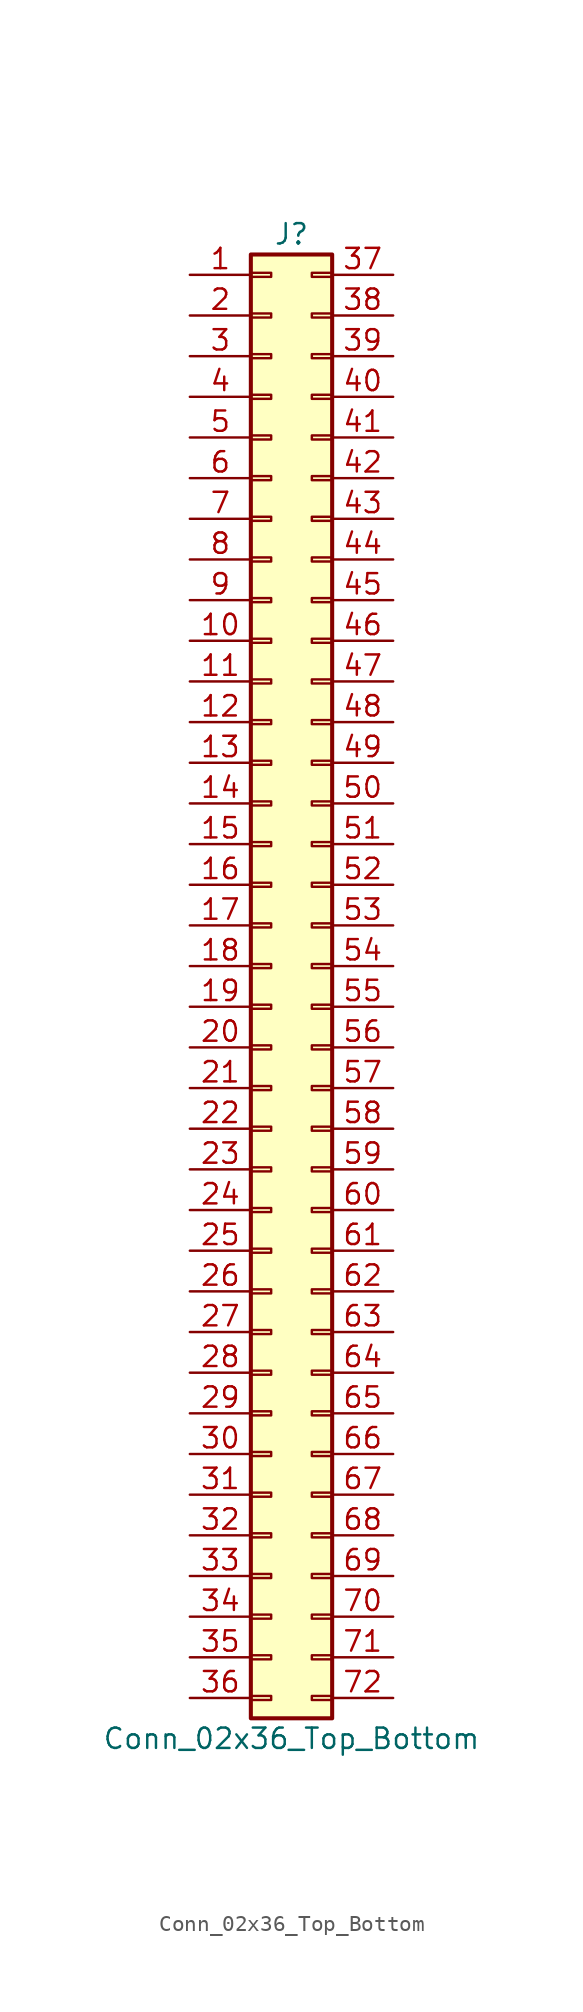
<source format=kicad_sym>
(kicad_symbol_lib
  (version 20220914)
  (generator kicad_symbol_editor)
  (symbol "Conn_02x36_Top_Bottom"
    (pin_names
      (offset 1.016) hide)
    (property "Reference" "J"
      (at 1.27 45.72 0)
      (effects (font (size 1.27 1.27))))
    (property "Value" "Conn_02x36_Top_Bottom"
      (at 1.27 -48.26 0)
      (effects (font (size 1.27 1.27))))
    (symbol "Conn_02x36_Top_Bottom_1_1"
      (rectangle (start -1.27 -45.593) (end 0 -45.847) (stroke (width 0.152) (type default)) (fill (type none)))
      (rectangle (start -1.27 -43.053) (end 0 -43.307) (stroke (width 0.152) (type default)) (fill (type none)))
      (rectangle (start -1.27 -40.513) (end 0 -40.767) (stroke (width 0.152) (type default)) (fill (type none)))
      (rectangle (start -1.27 -37.973) (end 0 -38.227) (stroke (width 0.152) (type default)) (fill (type none)))
      (rectangle (start -1.27 -35.433) (end 0 -35.687) (stroke (width 0.152) (type default)) (fill (type none)))
      (rectangle (start -1.27 -32.893) (end 0 -33.147) (stroke (width 0.152) (type default)) (fill (type none)))
      (rectangle (start -1.27 -30.353) (end 0 -30.607) (stroke (width 0.152) (type default)) (fill (type none)))
      (rectangle (start -1.27 -27.813) (end 0 -28.067) (stroke (width 0.152) (type default)) (fill (type none)))
      (rectangle (start -1.27 -25.273) (end 0 -25.527) (stroke (width 0.152) (type default)) (fill (type none)))
      (rectangle (start -1.27 -22.733) (end 0 -22.987) (stroke (width 0.152) (type default)) (fill (type none)))
      (rectangle (start -1.27 -20.193) (end 0 -20.447) (stroke (width 0.152) (type default)) (fill (type none)))
      (rectangle (start -1.27 -17.653) (end 0 -17.907) (stroke (width 0.152) (type default)) (fill (type none)))
      (rectangle (start -1.27 -15.113) (end 0 -15.367) (stroke (width 0.152) (type default)) (fill (type none)))
      (rectangle (start -1.27 -12.573) (end 0 -12.827) (stroke (width 0.152) (type default)) (fill (type none)))
      (rectangle (start -1.27 -10.033) (end 0 -10.287) (stroke (width 0.152) (type default)) (fill (type none)))
      (rectangle (start -1.27 -7.493) (end 0 -7.747) (stroke (width 0.152) (type default)) (fill (type none)))
      (rectangle (start -1.27 -4.953) (end 0 -5.207) (stroke (width 0.152) (type default)) (fill (type none)))
      (rectangle (start -1.27 -2.413) (end 0 -2.667) (stroke (width 0.152) (type default)) (fill (type none)))
      (rectangle (start -1.27 0.127) (end 0 -0.127) (stroke (width 0.152) (type default)) (fill (type none)))
      (rectangle (start -1.27 2.667) (end 0 2.413) (stroke (width 0.152) (type default)) (fill (type none)))
      (rectangle (start -1.27 5.207) (end 0 4.953) (stroke (width 0.152) (type default)) (fill (type none)))
      (rectangle (start -1.27 7.747) (end 0 7.493) (stroke (width 0.152) (type default)) (fill (type none)))
      (rectangle (start -1.27 10.287) (end 0 10.033) (stroke (width 0.152) (type default)) (fill (type none)))
      (rectangle (start -1.27 12.827) (end 0 12.573) (stroke (width 0.152) (type default)) (fill (type none)))
      (rectangle (start -1.27 15.367) (end 0 15.113) (stroke (width 0.152) (type default)) (fill (type none)))
      (rectangle (start -1.27 17.907) (end 0 17.653) (stroke (width 0.152) (type default)) (fill (type none)))
      (rectangle (start -1.27 20.447) (end 0 20.193) (stroke (width 0.152) (type default)) (fill (type none)))
      (rectangle (start -1.27 22.987) (end 0 22.733) (stroke (width 0.152) (type default)) (fill (type none)))
      (rectangle (start -1.27 25.527) (end 0 25.273) (stroke (width 0.152) (type default)) (fill (type none)))
      (rectangle (start -1.27 28.067) (end 0 27.813) (stroke (width 0.152) (type default)) (fill (type none)))
      (rectangle (start -1.27 30.607) (end 0 30.353) (stroke (width 0.152) (type default)) (fill (type none)))
      (rectangle (start -1.27 33.147) (end 0 32.893) (stroke (width 0.152) (type default)) (fill (type none)))
      (rectangle (start -1.27 35.687) (end 0 35.433) (stroke (width 0.152) (type default)) (fill (type none)))
      (rectangle (start -1.27 38.227) (end 0 37.973) (stroke (width 0.152) (type default)) (fill (type none)))
      (rectangle (start -1.27 40.767) (end 0 40.513) (stroke (width 0.152) (type default)) (fill (type none)))
      (rectangle (start -1.27 43.307) (end 0 43.053) (stroke (width 0.152) (type default)) (fill (type none)))
      (rectangle (start -1.27 44.45) (end 3.81 -46.99) (stroke (width 0.254) (type default)) (fill (type background)))
      (rectangle (start 3.81 -45.593) (end 2.54 -45.847) (stroke (width 0.152) (type default)) (fill (type none)))
      (rectangle (start 3.81 -43.053) (end 2.54 -43.307) (stroke (width 0.152) (type default)) (fill (type none)))
      (rectangle (start 3.81 -40.513) (end 2.54 -40.767) (stroke (width 0.152) (type default)) (fill (type none)))
      (rectangle (start 3.81 -37.973) (end 2.54 -38.227) (stroke (width 0.152) (type default)) (fill (type none)))
      (rectangle (start 3.81 -35.433) (end 2.54 -35.687) (stroke (width 0.152) (type default)) (fill (type none)))
      (rectangle (start 3.81 -32.893) (end 2.54 -33.147) (stroke (width 0.152) (type default)) (fill (type none)))
      (rectangle (start 3.81 -30.353) (end 2.54 -30.607) (stroke (width 0.152) (type default)) (fill (type none)))
      (rectangle (start 3.81 -27.813) (end 2.54 -28.067) (stroke (width 0.152) (type default)) (fill (type none)))
      (rectangle (start 3.81 -25.273) (end 2.54 -25.527) (stroke (width 0.152) (type default)) (fill (type none)))
      (rectangle (start 3.81 -22.733) (end 2.54 -22.987) (stroke (width 0.152) (type default)) (fill (type none)))
      (rectangle (start 3.81 -20.193) (end 2.54 -20.447) (stroke (width 0.152) (type default)) (fill (type none)))
      (rectangle (start 3.81 -17.653) (end 2.54 -17.907) (stroke (width 0.152) (type default)) (fill (type none)))
      (rectangle (start 3.81 -15.113) (end 2.54 -15.367) (stroke (width 0.152) (type default)) (fill (type none)))
      (rectangle (start 3.81 -12.573) (end 2.54 -12.827) (stroke (width 0.152) (type default)) (fill (type none)))
      (rectangle (start 3.81 -10.033) (end 2.54 -10.287) (stroke (width 0.152) (type default)) (fill (type none)))
      (rectangle (start 3.81 -7.493) (end 2.54 -7.747) (stroke (width 0.152) (type default)) (fill (type none)))
      (rectangle (start 3.81 -4.953) (end 2.54 -5.207) (stroke (width 0.152) (type default)) (fill (type none)))
      (rectangle (start 3.81 -2.413) (end 2.54 -2.667) (stroke (width 0.152) (type default)) (fill (type none)))
      (rectangle (start 3.81 0.127) (end 2.54 -0.127) (stroke (width 0.152) (type default)) (fill (type none)))
      (rectangle (start 3.81 2.667) (end 2.54 2.413) (stroke (width 0.152) (type default)) (fill (type none)))
      (rectangle (start 3.81 5.207) (end 2.54 4.953) (stroke (width 0.152) (type default)) (fill (type none)))
      (rectangle (start 3.81 7.747) (end 2.54 7.493) (stroke (width 0.152) (type default)) (fill (type none)))
      (rectangle (start 3.81 10.287) (end 2.54 10.033) (stroke (width 0.152) (type default)) (fill (type none)))
      (rectangle (start 3.81 12.827) (end 2.54 12.573) (stroke (width 0.152) (type default)) (fill (type none)))
      (rectangle (start 3.81 15.367) (end 2.54 15.113) (stroke (width 0.152) (type default)) (fill (type none)))
      (rectangle (start 3.81 17.907) (end 2.54 17.653) (stroke (width 0.152) (type default)) (fill (type none)))
      (rectangle (start 3.81 20.447) (end 2.54 20.193) (stroke (width 0.152) (type default)) (fill (type none)))
      (rectangle (start 3.81 22.987) (end 2.54 22.733) (stroke (width 0.152) (type default)) (fill (type none)))
      (rectangle (start 3.81 25.527) (end 2.54 25.273) (stroke (width 0.152) (type default)) (fill (type none)))
      (rectangle (start 3.81 28.067) (end 2.54 27.813) (stroke (width 0.152) (type default)) (fill (type none)))
      (rectangle (start 3.81 30.607) (end 2.54 30.353) (stroke (width 0.152) (type default)) (fill (type none)))
      (rectangle (start 3.81 33.147) (end 2.54 32.893) (stroke (width 0.152) (type default)) (fill (type none)))
      (rectangle (start 3.81 35.687) (end 2.54 35.433) (stroke (width 0.152) (type default)) (fill (type none)))
      (rectangle (start 3.81 38.227) (end 2.54 37.973) (stroke (width 0.152) (type default)) (fill (type none)))
      (rectangle (start 3.81 40.767) (end 2.54 40.513) (stroke (width 0.152) (type default)) (fill (type none)))
      (rectangle (start 3.81 43.307) (end 2.54 43.053) (stroke (width 0.152) (type default)) (fill (type none)))
      (pin passive line (at -5.08 43.18 0) (length 3.81) (name "Pin_1" (effects (font (size 1.27 1.27)))) (number "1" (effects (font (size 1.27 1.27)))))
      (pin passive line (at -5.08 20.32 0) (length 3.81) (name "Pin_10" (effects (font (size 1.27 1.27)))) (number "10" (effects (font (size 1.27 1.27)))))
      (pin passive line (at -5.08 17.78 0) (length 3.81) (name "Pin_11" (effects (font (size 1.27 1.27)))) (number "11" (effects (font (size 1.27 1.27)))))
      (pin passive line (at -5.08 15.24 0) (length 3.81) (name "Pin_12" (effects (font (size 1.27 1.27)))) (number "12" (effects (font (size 1.27 1.27)))))
      (pin passive line (at -5.08 12.7 0) (length 3.81) (name "Pin_13" (effects (font (size 1.27 1.27)))) (number "13" (effects (font (size 1.27 1.27)))))
      (pin passive line (at -5.08 10.16 0) (length 3.81) (name "Pin_14" (effects (font (size 1.27 1.27)))) (number "14" (effects (font (size 1.27 1.27)))))
      (pin passive line (at -5.08 7.62 0) (length 3.81) (name "Pin_15" (effects (font (size 1.27 1.27)))) (number "15" (effects (font (size 1.27 1.27)))))
      (pin passive line (at -5.08 5.08 0) (length 3.81) (name "Pin_16" (effects (font (size 1.27 1.27)))) (number "16" (effects (font (size 1.27 1.27)))))
      (pin passive line (at -5.08 2.54 0) (length 3.81) (name "Pin_17" (effects (font (size 1.27 1.27)))) (number "17" (effects (font (size 1.27 1.27)))))
      (pin passive line (at -5.08 0 0) (length 3.81) (name "Pin_18" (effects (font (size 1.27 1.27)))) (number "18" (effects (font (size 1.27 1.27)))))
      (pin passive line (at -5.08 -2.54 0) (length 3.81) (name "Pin_19" (effects (font (size 1.27 1.27)))) (number "19" (effects (font (size 1.27 1.27)))))
      (pin passive line (at -5.08 40.64 0) (length 3.81) (name "Pin_2" (effects (font (size 1.27 1.27)))) (number "2" (effects (font (size 1.27 1.27)))))
      (pin passive line (at -5.08 -5.08 0) (length 3.81) (name "Pin_20" (effects (font (size 1.27 1.27)))) (number "20" (effects (font (size 1.27 1.27)))))
      (pin passive line (at -5.08 -7.62 0) (length 3.81) (name "Pin_21" (effects (font (size 1.27 1.27)))) (number "21" (effects (font (size 1.27 1.27)))))
      (pin passive line (at -5.08 -10.16 0) (length 3.81) (name "Pin_22" (effects (font (size 1.27 1.27)))) (number "22" (effects (font (size 1.27 1.27)))))
      (pin passive line (at -5.08 -12.7 0) (length 3.81) (name "Pin_23" (effects (font (size 1.27 1.27)))) (number "23" (effects (font (size 1.27 1.27)))))
      (pin passive line (at -5.08 -15.24 0) (length 3.81) (name "Pin_24" (effects (font (size 1.27 1.27)))) (number "24" (effects (font (size 1.27 1.27)))))
      (pin passive line (at -5.08 -17.78 0) (length 3.81) (name "Pin_25" (effects (font (size 1.27 1.27)))) (number "25" (effects (font (size 1.27 1.27)))))
      (pin passive line (at -5.08 -20.32 0) (length 3.81) (name "Pin_26" (effects (font (size 1.27 1.27)))) (number "26" (effects (font (size 1.27 1.27)))))
      (pin passive line (at -5.08 -22.86 0) (length 3.81) (name "Pin_27" (effects (font (size 1.27 1.27)))) (number "27" (effects (font (size 1.27 1.27)))))
      (pin passive line (at -5.08 -25.4 0) (length 3.81) (name "Pin_28" (effects (font (size 1.27 1.27)))) (number "28" (effects (font (size 1.27 1.27)))))
      (pin passive line (at -5.08 -27.94 0) (length 3.81) (name "Pin_29" (effects (font (size 1.27 1.27)))) (number "29" (effects (font (size 1.27 1.27)))))
      (pin passive line (at -5.08 38.1 0) (length 3.81) (name "Pin_3" (effects (font (size 1.27 1.27)))) (number "3" (effects (font (size 1.27 1.27)))))
      (pin passive line (at -5.08 -30.48 0) (length 3.81) (name "Pin_30" (effects (font (size 1.27 1.27)))) (number "30" (effects (font (size 1.27 1.27)))))
      (pin passive line (at -5.08 -33.02 0) (length 3.81) (name "Pin_31" (effects (font (size 1.27 1.27)))) (number "31" (effects (font (size 1.27 1.27)))))
      (pin passive line (at -5.08 -35.56 0) (length 3.81) (name "Pin_32" (effects (font (size 1.27 1.27)))) (number "32" (effects (font (size 1.27 1.27)))))
      (pin passive line (at -5.08 -38.1 0) (length 3.81) (name "Pin_33" (effects (font (size 1.27 1.27)))) (number "33" (effects (font (size 1.27 1.27)))))
      (pin passive line (at -5.08 -40.64 0) (length 3.81) (name "Pin_34" (effects (font (size 1.27 1.27)))) (number "34" (effects (font (size 1.27 1.27)))))
      (pin passive line (at -5.08 -43.18 0) (length 3.81) (name "Pin_35" (effects (font (size 1.27 1.27)))) (number "35" (effects (font (size 1.27 1.27)))))
      (pin passive line (at -5.08 -45.72 0) (length 3.81) (name "Pin_36" (effects (font (size 1.27 1.27)))) (number "36" (effects (font (size 1.27 1.27)))))
      (pin passive line (at 7.62 43.18 180) (length 3.81) (name "Pin_37" (effects (font (size 1.27 1.27)))) (number "37" (effects (font (size 1.27 1.27)))))
      (pin passive line (at 7.62 40.64 180) (length 3.81) (name "Pin_38" (effects (font (size 1.27 1.27)))) (number "38" (effects (font (size 1.27 1.27)))))
      (pin passive line (at 7.62 38.1 180) (length 3.81) (name "Pin_39" (effects (font (size 1.27 1.27)))) (number "39" (effects (font (size 1.27 1.27)))))
      (pin passive line (at -5.08 35.56 0) (length 3.81) (name "Pin_4" (effects (font (size 1.27 1.27)))) (number "4" (effects (font (size 1.27 1.27)))))
      (pin passive line (at 7.62 35.56 180) (length 3.81) (name "Pin_40" (effects (font (size 1.27 1.27)))) (number "40" (effects (font (size 1.27 1.27)))))
      (pin passive line (at 7.62 33.02 180) (length 3.81) (name "Pin_41" (effects (font (size 1.27 1.27)))) (number "41" (effects (font (size 1.27 1.27)))))
      (pin passive line (at 7.62 30.48 180) (length 3.81) (name "Pin_42" (effects (font (size 1.27 1.27)))) (number "42" (effects (font (size 1.27 1.27)))))
      (pin passive line (at 7.62 27.94 180) (length 3.81) (name "Pin_43" (effects (font (size 1.27 1.27)))) (number "43" (effects (font (size 1.27 1.27)))))
      (pin passive line (at 7.62 25.4 180) (length 3.81) (name "Pin_44" (effects (font (size 1.27 1.27)))) (number "44" (effects (font (size 1.27 1.27)))))
      (pin passive line (at 7.62 22.86 180) (length 3.81) (name "Pin_45" (effects (font (size 1.27 1.27)))) (number "45" (effects (font (size 1.27 1.27)))))
      (pin passive line (at 7.62 20.32 180) (length 3.81) (name "Pin_46" (effects (font (size 1.27 1.27)))) (number "46" (effects (font (size 1.27 1.27)))))
      (pin passive line (at 7.62 17.78 180) (length 3.81) (name "Pin_47" (effects (font (size 1.27 1.27)))) (number "47" (effects (font (size 1.27 1.27)))))
      (pin passive line (at 7.62 15.24 180) (length 3.81) (name "Pin_48" (effects (font (size 1.27 1.27)))) (number "48" (effects (font (size 1.27 1.27)))))
      (pin passive line (at 7.62 12.7 180) (length 3.81) (name "Pin_49" (effects (font (size 1.27 1.27)))) (number "49" (effects (font (size 1.27 1.27)))))
      (pin passive line (at -5.08 33.02 0) (length 3.81) (name "Pin_5" (effects (font (size 1.27 1.27)))) (number "5" (effects (font (size 1.27 1.27)))))
      (pin passive line (at 7.62 10.16 180) (length 3.81) (name "Pin_50" (effects (font (size 1.27 1.27)))) (number "50" (effects (font (size 1.27 1.27)))))
      (pin passive line (at 7.62 7.62 180) (length 3.81) (name "Pin_51" (effects (font (size 1.27 1.27)))) (number "51" (effects (font (size 1.27 1.27)))))
      (pin passive line (at 7.62 5.08 180) (length 3.81) (name "Pin_52" (effects (font (size 1.27 1.27)))) (number "52" (effects (font (size 1.27 1.27)))))
      (pin passive line (at 7.62 2.54 180) (length 3.81) (name "Pin_53" (effects (font (size 1.27 1.27)))) (number "53" (effects (font (size 1.27 1.27)))))
      (pin passive line (at 7.62 0 180) (length 3.81) (name "Pin_54" (effects (font (size 1.27 1.27)))) (number "54" (effects (font (size 1.27 1.27)))))
      (pin passive line (at 7.62 -2.54 180) (length 3.81) (name "Pin_55" (effects (font (size 1.27 1.27)))) (number "55" (effects (font (size 1.27 1.27)))))
      (pin passive line (at 7.62 -5.08 180) (length 3.81) (name "Pin_56" (effects (font (size 1.27 1.27)))) (number "56" (effects (font (size 1.27 1.27)))))
      (pin passive line (at 7.62 -7.62 180) (length 3.81) (name "Pin_57" (effects (font (size 1.27 1.27)))) (number "57" (effects (font (size 1.27 1.27)))))
      (pin passive line (at 7.62 -10.16 180) (length 3.81) (name "Pin_58" (effects (font (size 1.27 1.27)))) (number "58" (effects (font (size 1.27 1.27)))))
      (pin passive line (at 7.62 -12.7 180) (length 3.81) (name "Pin_59" (effects (font (size 1.27 1.27)))) (number "59" (effects (font (size 1.27 1.27)))))
      (pin passive line (at -5.08 30.48 0) (length 3.81) (name "Pin_6" (effects (font (size 1.27 1.27)))) (number "6" (effects (font (size 1.27 1.27)))))
      (pin passive line (at 7.62 -15.24 180) (length 3.81) (name "Pin_60" (effects (font (size 1.27 1.27)))) (number "60" (effects (font (size 1.27 1.27)))))
      (pin passive line (at 7.62 -17.78 180) (length 3.81) (name "Pin_61" (effects (font (size 1.27 1.27)))) (number "61" (effects (font (size 1.27 1.27)))))
      (pin passive line (at 7.62 -20.32 180) (length 3.81) (name "Pin_62" (effects (font (size 1.27 1.27)))) (number "62" (effects (font (size 1.27 1.27)))))
      (pin passive line (at 7.62 -22.86 180) (length 3.81) (name "Pin_63" (effects (font (size 1.27 1.27)))) (number "63" (effects (font (size 1.27 1.27)))))
      (pin passive line (at 7.62 -25.4 180) (length 3.81) (name "Pin_64" (effects (font (size 1.27 1.27)))) (number "64" (effects (font (size 1.27 1.27)))))
      (pin passive line (at 7.62 -27.94 180) (length 3.81) (name "Pin_65" (effects (font (size 1.27 1.27)))) (number "65" (effects (font (size 1.27 1.27)))))
      (pin passive line (at 7.62 -30.48 180) (length 3.81) (name "Pin_66" (effects (font (size 1.27 1.27)))) (number "66" (effects (font (size 1.27 1.27)))))
      (pin passive line (at 7.62 -33.02 180) (length 3.81) (name "Pin_67" (effects (font (size 1.27 1.27)))) (number "67" (effects (font (size 1.27 1.27)))))
      (pin passive line (at 7.62 -35.56 180) (length 3.81) (name "Pin_68" (effects (font (size 1.27 1.27)))) (number "68" (effects (font (size 1.27 1.27)))))
      (pin passive line (at 7.62 -38.1 180) (length 3.81) (name "Pin_69" (effects (font (size 1.27 1.27)))) (number "69" (effects (font (size 1.27 1.27)))))
      (pin passive line (at -5.08 27.94 0) (length 3.81) (name "Pin_7" (effects (font (size 1.27 1.27)))) (number "7" (effects (font (size 1.27 1.27)))))
      (pin passive line (at 7.62 -40.64 180) (length 3.81) (name "Pin_70" (effects (font (size 1.27 1.27)))) (number "70" (effects (font (size 1.27 1.27)))))
      (pin passive line (at 7.62 -43.18 180) (length 3.81) (name "Pin_71" (effects (font (size 1.27 1.27)))) (number "71" (effects (font (size 1.27 1.27)))))
      (pin passive line (at 7.62 -45.72 180) (length 3.81) (name "Pin_72" (effects (font (size 1.27 1.27)))) (number "72" (effects (font (size 1.27 1.27)))))
      (pin passive line (at -5.08 25.4 0) (length 3.81) (name "Pin_8" (effects (font (size 1.27 1.27)))) (number "8" (effects (font (size 1.27 1.27)))))
      (pin passive line (at -5.08 22.86 0) (length 3.81) (name "Pin_9" (effects (font (size 1.27 1.27)))) (number "9" (effects (font (size 1.27 1.27))))))))
</source>
